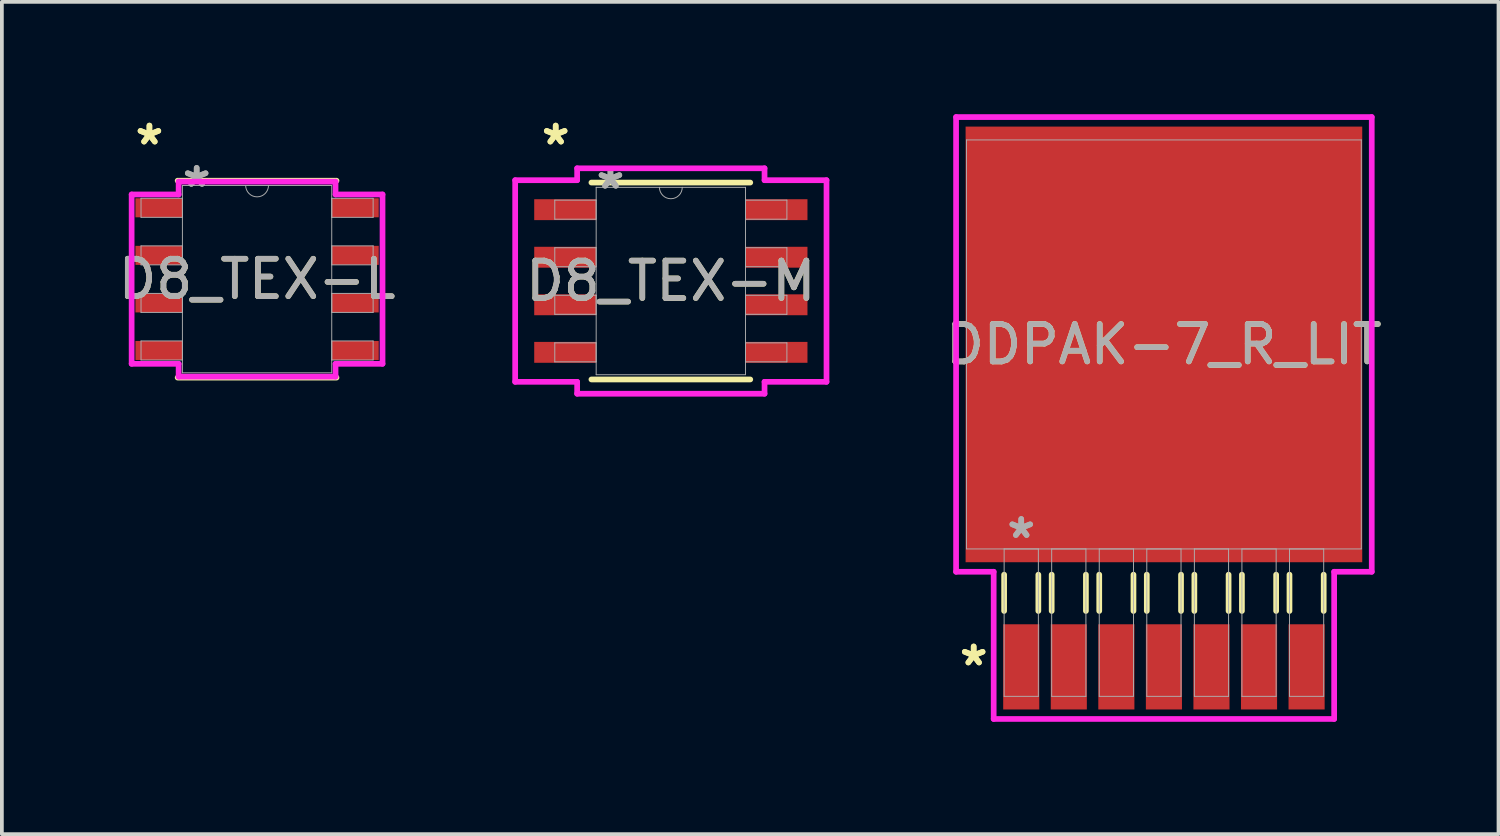
<source format=kicad_pcb>
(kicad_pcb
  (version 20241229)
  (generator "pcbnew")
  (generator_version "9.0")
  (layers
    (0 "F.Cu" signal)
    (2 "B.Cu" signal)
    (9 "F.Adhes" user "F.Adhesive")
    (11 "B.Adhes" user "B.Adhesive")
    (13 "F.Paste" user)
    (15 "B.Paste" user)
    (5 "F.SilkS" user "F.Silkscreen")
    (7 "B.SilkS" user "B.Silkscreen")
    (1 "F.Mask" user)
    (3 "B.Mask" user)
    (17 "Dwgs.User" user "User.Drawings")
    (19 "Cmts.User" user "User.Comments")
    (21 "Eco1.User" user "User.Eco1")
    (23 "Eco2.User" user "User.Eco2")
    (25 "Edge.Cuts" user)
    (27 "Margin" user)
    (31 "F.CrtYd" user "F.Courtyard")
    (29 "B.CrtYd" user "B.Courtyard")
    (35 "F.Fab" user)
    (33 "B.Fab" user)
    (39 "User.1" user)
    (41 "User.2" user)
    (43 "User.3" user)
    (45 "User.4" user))
  (footprint "DDPAK-7_R_LIT"
    (layer "F.Cu")
    (at 28.031 6.147)
    (property "Reference" "DDPAK-7_R_LIT" (at 0 0 0) (unlocked yes) (layer "F.SilkS") (effects (font (size 1 1) (thickness 0.15))))
    (attr smd)
    (fp_line (start -4.267 6.149) (end -4.267 7.118) (stroke (width 0.152) (type solid)) (layer "F.SilkS"))
    (fp_line (start -3.353 6.149) (end -3.353 7.118) (stroke (width 0.152) (type solid)) (layer "F.SilkS"))
    (fp_line (start -2.997 6.149) (end -2.997 7.118) (stroke (width 0.152) (type solid)) (layer "F.SilkS"))
    (fp_line (start -2.083 6.149) (end -2.083 7.118) (stroke (width 0.152) (type solid)) (layer "F.SilkS"))
    (fp_line (start -1.727 6.149) (end -1.727 7.118) (stroke (width 0.152) (type solid)) (layer "F.SilkS"))
    (fp_line (start -0.813 6.149) (end -0.813 7.118) (stroke (width 0.152) (type solid)) (layer "F.SilkS"))
    (fp_line (start -0.457 6.149) (end -0.457 7.118) (stroke (width 0.152) (type solid)) (layer "F.SilkS"))
    (fp_line (start 0.457 6.149) (end 0.457 7.118) (stroke (width 0.152) (type solid)) (layer "F.SilkS"))
    (fp_line (start 0.813 6.149) (end 0.813 7.118) (stroke (width 0.152) (type solid)) (layer "F.SilkS"))
    (fp_line (start 1.727 6.149) (end 1.727 7.118) (stroke (width 0.152) (type solid)) (layer "F.SilkS"))
    (fp_line (start 2.083 6.149) (end 2.083 7.118) (stroke (width 0.152) (type solid)) (layer "F.SilkS"))
    (fp_line (start 2.997 6.149) (end 2.997 7.118) (stroke (width 0.152) (type solid)) (layer "F.SilkS"))
    (fp_line (start 3.353 6.149) (end 3.353 7.118) (stroke (width 0.152) (type solid)) (layer "F.SilkS"))
    (fp_line (start 4.267 6.149) (end 4.267 7.118) (stroke (width 0.152) (type solid)) (layer "F.SilkS"))
    (fp_line (start -5.55 -6.071) (end 5.55 -6.071) (stroke (width 0.152) (type solid)) (layer "F.CrtYd"))
    (fp_line (start -5.55 6.071) (end -5.55 -6.071) (stroke (width 0.152) (type solid)) (layer "F.CrtYd"))
    (fp_line (start -4.546 6.071) (end -5.55 6.071) (stroke (width 0.152) (type solid)) (layer "F.CrtYd"))
    (fp_line (start -4.546 10.002) (end -4.546 6.071) (stroke (width 0.152) (type solid)) (layer "F.CrtYd"))
    (fp_line (start 4.546 6.071) (end 4.546 10.002) (stroke (width 0.152) (type solid)) (layer "F.CrtYd"))
    (fp_line (start 4.546 10.002) (end -4.546 10.002) (stroke (width 0.152) (type solid)) (layer "F.CrtYd"))
    (fp_line (start 5.55 -6.071) (end 5.55 6.071) (stroke (width 0.152) (type solid)) (layer "F.CrtYd"))
    (fp_line (start 5.55 6.071) (end 4.546 6.071) (stroke (width 0.152) (type solid)) (layer "F.CrtYd"))
    (fp_line (start -5.271 -5.461) (end -5.271 5.461) (stroke (width 0.025) (type solid)) (layer "F.Fab"))
    (fp_line (start -5.271 5.461) (end 5.271 5.461) (stroke (width 0.025) (type solid)) (layer "F.Fab"))
    (fp_line (start -4.267 5.461) (end -4.267 9.398) (stroke (width 0.025) (type solid)) (layer "F.Fab"))
    (fp_line (start -4.267 9.398) (end -3.353 9.398) (stroke (width 0.025) (type solid)) (layer "F.Fab"))
    (fp_line (start -3.353 5.461) (end -4.267 5.461) (stroke (width 0.025) (type solid)) (layer "F.Fab"))
    (fp_line (start -3.353 9.398) (end -3.353 5.461) (stroke (width 0.025) (type solid)) (layer "F.Fab"))
    (fp_line (start -2.997 5.461) (end -2.997 9.398) (stroke (width 0.025) (type solid)) (layer "F.Fab"))
    (fp_line (start -2.997 9.398) (end -2.083 9.398) (stroke (width 0.025) (type solid)) (layer "F.Fab"))
    (fp_line (start -2.083 5.461) (end -2.997 5.461) (stroke (width 0.025) (type solid)) (layer "F.Fab"))
    (fp_line (start -2.083 9.398) (end -2.083 5.461) (stroke (width 0.025) (type solid)) (layer "F.Fab"))
    (fp_line (start -1.727 5.461) (end -1.727 9.398) (stroke (width 0.025) (type solid)) (layer "F.Fab"))
    (fp_line (start -1.727 9.398) (end -0.813 9.398) (stroke (width 0.025) (type solid)) (layer "F.Fab"))
    (fp_line (start -0.813 5.461) (end -1.727 5.461) (stroke (width 0.025) (type solid)) (layer "F.Fab"))
    (fp_line (start -0.813 9.398) (end -0.813 5.461) (stroke (width 0.025) (type solid)) (layer "F.Fab"))
    (fp_line (start -0.457 5.461) (end -0.457 9.398) (stroke (width 0.025) (type solid)) (layer "F.Fab"))
    (fp_line (start -0.457 9.398) (end 0.457 9.398) (stroke (width 0.025) (type solid)) (layer "F.Fab"))
    (fp_line (start 0.457 5.461) (end -0.457 5.461) (stroke (width 0.025) (type solid)) (layer "F.Fab"))
    (fp_line (start 0.457 9.398) (end 0.457 5.461) (stroke (width 0.025) (type solid)) (layer "F.Fab"))
    (fp_line (start 0.813 5.461) (end 0.813 9.398) (stroke (width 0.025) (type solid)) (layer "F.Fab"))
    (fp_line (start 0.813 9.398) (end 1.727 9.398) (stroke (width 0.025) (type solid)) (layer "F.Fab"))
    (fp_line (start 1.727 5.461) (end 0.813 5.461) (stroke (width 0.025) (type solid)) (layer "F.Fab"))
    (fp_line (start 1.727 9.398) (end 1.727 5.461) (stroke (width 0.025) (type solid)) (layer "F.Fab"))
    (fp_line (start 2.083 5.461) (end 2.083 9.398) (stroke (width 0.025) (type solid)) (layer "F.Fab"))
    (fp_line (start 2.083 9.398) (end 2.997 9.398) (stroke (width 0.025) (type solid)) (layer "F.Fab"))
    (fp_line (start 2.997 5.461) (end 2.083 5.461) (stroke (width 0.025) (type solid)) (layer "F.Fab"))
    (fp_line (start 2.997 9.398) (end 2.997 5.461) (stroke (width 0.025) (type solid)) (layer "F.Fab"))
    (fp_line (start 3.353 5.461) (end 3.353 9.398) (stroke (width 0.025) (type solid)) (layer "F.Fab"))
    (fp_line (start 3.353 9.398) (end 4.267 9.398) (stroke (width 0.025) (type solid)) (layer "F.Fab"))
    (fp_line (start 4.267 5.461) (end 3.353 5.461) (stroke (width 0.025) (type solid)) (layer "F.Fab"))
    (fp_line (start 4.267 9.398) (end 4.267 5.461) (stroke (width 0.025) (type solid)) (layer "F.Fab"))
    (fp_line (start 5.271 -5.461) (end -5.271 -5.461) (stroke (width 0.025) (type solid)) (layer "F.Fab"))
    (fp_line (start 5.271 5.461) (end 5.271 -5.461) (stroke (width 0.025) (type solid)) (layer "F.Fab"))
    (fp_text user "*" (at -5.08 8.611 0) (layer "F.SilkS") (effects (font (size 1 1) (thickness 0.15))))
    (fp_text user "*" (at -5.08 8.611 0) (unlocked yes) (layer "F.SilkS") (effects (font (size 1 1) (thickness 0.15))))
    (fp_text user "${REFERENCE}" (at 0 0 0) (unlocked yes) (layer "F.Fab") (effects (font (size 1 1) (thickness 0.15))))
    (fp_text user "*" (at -3.81 5.207 0) (unlocked yes) (layer "F.Fab") (effects (font (size 1 1) (thickness 0.15))))
    (fp_text user "*" (at -3.81 5.207 0) (layer "F.Fab") (effects (font (size 1 1) (thickness 0.15))))
    (pad "1" smd rect (at -3.81 8.611) (size 0.964 2.275) (layers "F.Cu" "F.Mask" "F.Paste"))
    (pad "2" smd rect (at -2.54 8.611) (size 0.964 2.275) (layers "F.Cu" "F.Mask" "F.Paste"))
    (pad "3" smd rect (at -1.27 8.611) (size 0.964 2.275) (layers "F.Cu" "F.Mask" "F.Paste"))
    (pad "4" smd rect (at 0 8.611) (size 0.964 2.275) (layers "F.Cu" "F.Mask" "F.Paste"))
    (pad "5" smd rect (at 1.27 8.611) (size 0.964 2.275) (layers "F.Cu" "F.Mask" "F.Paste"))
    (pad "6" smd rect (at 2.54 8.611) (size 0.964 2.275) (layers "F.Cu" "F.Mask" "F.Paste"))
    (pad "7" smd rect (at 3.81 8.611) (size 0.964 2.275) (layers "F.Cu" "F.Mask" "F.Paste"))
    (pad "8" smd rect (at 0 0) (size 10.592 11.633) (layers "F.Cu" "F.Mask" "F.Paste")))
  (footprint "D8_TEX-L"
    (layer "F.Cu")
    (at 3.815 4.404)
    (property "Reference" "D8_TEX-L" (at 0 0 0) (unlocked yes) (layer "F.SilkS") (effects (font (size 1 1) (thickness 0.15))))
    (attr smd)
    (fp_line (start -2.121 2.629) (end 2.121 2.629) (stroke (width 0.152) (type solid)) (layer "F.SilkS"))
    (fp_line (start 2.121 -2.629) (end -2.121 -2.629) (stroke (width 0.152) (type solid)) (layer "F.SilkS"))
    (fp_line (start -3.35 -2.261) (end -2.095 -2.261) (stroke (width 0.152) (type solid)) (layer "F.CrtYd"))
    (fp_line (start -3.35 2.261) (end -3.35 -2.261) (stroke (width 0.152) (type solid)) (layer "F.CrtYd"))
    (fp_line (start -3.35 2.261) (end -2.095 2.261) (stroke (width 0.152) (type solid)) (layer "F.CrtYd"))
    (fp_line (start -2.095 -2.603) (end 2.095 -2.603) (stroke (width 0.152) (type solid)) (layer "F.CrtYd"))
    (fp_line (start -2.095 -2.261) (end -2.095 -2.603) (stroke (width 0.152) (type solid)) (layer "F.CrtYd"))
    (fp_line (start -2.095 2.603) (end -2.095 2.261) (stroke (width 0.152) (type solid)) (layer "F.CrtYd"))
    (fp_line (start 2.095 -2.603) (end 2.095 -2.261) (stroke (width 0.152) (type solid)) (layer "F.CrtYd"))
    (fp_line (start 2.095 2.261) (end 2.095 2.603) (stroke (width 0.152) (type solid)) (layer "F.CrtYd"))
    (fp_line (start 2.095 2.603) (end -2.095 2.603) (stroke (width 0.152) (type solid)) (layer "F.CrtYd"))
    (fp_line (start 3.35 -2.261) (end 2.095 -2.261) (stroke (width 0.152) (type solid)) (layer "F.CrtYd"))
    (fp_line (start 3.35 -2.261) (end 3.35 2.261) (stroke (width 0.152) (type solid)) (layer "F.CrtYd"))
    (fp_line (start 3.35 2.261) (end 2.095 2.261) (stroke (width 0.152) (type solid)) (layer "F.CrtYd"))
    (fp_line (start -3.099 -2.159) (end -3.099 -1.651) (stroke (width 0.025) (type solid)) (layer "F.Fab"))
    (fp_line (start -3.099 -1.651) (end -1.994 -1.651) (stroke (width 0.025) (type solid)) (layer "F.Fab"))
    (fp_line (start -3.099 -0.889) (end -3.099 -0.381) (stroke (width 0.025) (type solid)) (layer "F.Fab"))
    (fp_line (start -3.099 -0.381) (end -1.994 -0.381) (stroke (width 0.025) (type solid)) (layer "F.Fab"))
    (fp_line (start -3.099 0.381) (end -3.099 0.889) (stroke (width 0.025) (type solid)) (layer "F.Fab"))
    (fp_line (start -3.099 0.889) (end -1.994 0.889) (stroke (width 0.025) (type solid)) (layer "F.Fab"))
    (fp_line (start -3.099 1.651) (end -3.099 2.159) (stroke (width 0.025) (type solid)) (layer "F.Fab"))
    (fp_line (start -3.099 2.159) (end -1.994 2.159) (stroke (width 0.025) (type solid)) (layer "F.Fab"))
    (fp_line (start -1.994 -2.502) (end -1.994 2.502) (stroke (width 0.025) (type solid)) (layer "F.Fab"))
    (fp_line (start -1.994 -2.159) (end -3.099 -2.159) (stroke (width 0.025) (type solid)) (layer "F.Fab"))
    (fp_line (start -1.994 -1.651) (end -1.994 -2.159) (stroke (width 0.025) (type solid)) (layer "F.Fab"))
    (fp_line (start -1.994 -0.889) (end -3.099 -0.889) (stroke (width 0.025) (type solid)) (layer "F.Fab"))
    (fp_line (start -1.994 -0.381) (end -1.994 -0.889) (stroke (width 0.025) (type solid)) (layer "F.Fab"))
    (fp_line (start -1.994 0.381) (end -3.099 0.381) (stroke (width 0.025) (type solid)) (layer "F.Fab"))
    (fp_line (start -1.994 0.889) (end -1.994 0.381) (stroke (width 0.025) (type solid)) (layer "F.Fab"))
    (fp_line (start -1.994 1.651) (end -3.099 1.651) (stroke (width 0.025) (type solid)) (layer "F.Fab"))
    (fp_line (start -1.994 2.159) (end -1.994 1.651) (stroke (width 0.025) (type solid)) (layer "F.Fab"))
    (fp_line (start -1.994 2.502) (end 1.994 2.502) (stroke (width 0.025) (type solid)) (layer "F.Fab"))
    (fp_line (start 1.994 -2.502) (end -1.994 -2.502) (stroke (width 0.025) (type solid)) (layer "F.Fab"))
    (fp_line (start 1.994 -2.159) (end 1.994 -1.651) (stroke (width 0.025) (type solid)) (layer "F.Fab"))
    (fp_line (start 1.994 -1.651) (end 3.099 -1.651) (stroke (width 0.025) (type solid)) (layer "F.Fab"))
    (fp_line (start 1.994 -0.889) (end 1.994 -0.381) (stroke (width 0.025) (type solid)) (layer "F.Fab"))
    (fp_line (start 1.994 -0.381) (end 3.099 -0.381) (stroke (width 0.025) (type solid)) (layer "F.Fab"))
    (fp_line (start 1.994 0.381) (end 1.994 0.889) (stroke (width 0.025) (type solid)) (layer "F.Fab"))
    (fp_line (start 1.994 0.889) (end 3.099 0.889) (stroke (width 0.025) (type solid)) (layer "F.Fab"))
    (fp_line (start 1.994 1.651) (end 1.994 2.159) (stroke (width 0.025) (type solid)) (layer "F.Fab"))
    (fp_line (start 1.994 2.159) (end 3.099 2.159) (stroke (width 0.025) (type solid)) (layer "F.Fab"))
    (fp_line (start 1.994 2.502) (end 1.994 -2.502) (stroke (width 0.025) (type solid)) (layer "F.Fab"))
    (fp_line (start 3.099 -2.159) (end 1.994 -2.159) (stroke (width 0.025) (type solid)) (layer "F.Fab"))
    (fp_line (start 3.099 -1.651) (end 3.099 -2.159) (stroke (width 0.025) (type solid)) (layer "F.Fab"))
    (fp_line (start 3.099 -0.889) (end 1.994 -0.889) (stroke (width 0.025) (type solid)) (layer "F.Fab"))
    (fp_line (start 3.099 -0.381) (end 3.099 -0.889) (stroke (width 0.025) (type solid)) (layer "F.Fab"))
    (fp_line (start 3.099 0.381) (end 1.994 0.381) (stroke (width 0.025) (type solid)) (layer "F.Fab"))
    (fp_line (start 3.099 0.889) (end 3.099 0.381) (stroke (width 0.025) (type solid)) (layer "F.Fab"))
    (fp_line (start 3.099 1.651) (end 1.994 1.651) (stroke (width 0.025) (type solid)) (layer "F.Fab"))
    (fp_line (start 3.099 2.159) (end 3.099 1.651) (stroke (width 0.025) (type solid)) (layer "F.Fab"))
    (fp_arc (start 0.3048 -2.5019) (mid 0 -2.1971) (end -0.3048 -2.5019) (stroke (width 0.0254) (type solid)) (layer "F.Fab"))
    (fp_text user "*" (at -2.875 -3.556 0) (unlocked yes) (layer "F.SilkS") (effects (font (size 1 1) (thickness 0.15))))
    (fp_text user "*" (at -2.875 -3.556 0) (layer "F.SilkS") (effects (font (size 1 1) (thickness 0.15))))
    (fp_text user "*" (at -1.613 -2.426 0) (unlocked yes) (layer "F.Fab") (effects (font (size 1 1) (thickness 0.15))))
    (fp_text user "*" (at -1.613 -2.426 0) (layer "F.Fab") (effects (font (size 1 1) (thickness 0.15))))
    (fp_text user "${REFERENCE}" (at 0 0 0) (unlocked yes) (layer "F.Fab") (effects (font (size 1 1) (thickness 0.15))))
    (pad "1" smd rect (at -2.621 -1.905) (size 1.255 0.508) (layers "F.Cu" "F.Mask" "F.Paste"))
    (pad "2" smd rect (at -2.621 -0.635) (size 1.255 0.508) (layers "F.Cu" "F.Mask" "F.Paste"))
    (pad "3" smd rect (at -2.621 0.635) (size 1.255 0.508) (layers "F.Cu" "F.Mask" "F.Paste"))
    (pad "4" smd rect (at -2.621 1.905) (size 1.255 0.508) (layers "F.Cu" "F.Mask" "F.Paste"))
    (pad "5" smd rect (at 2.621 1.905) (size 1.255 0.508) (layers "F.Cu" "F.Mask" "F.Paste"))
    (pad "6" smd rect (at 2.621 0.635) (size 1.255 0.508) (layers "F.Cu" "F.Mask" "F.Paste"))
    (pad "7" smd rect (at 2.621 -0.635) (size 1.255 0.508) (layers "F.Cu" "F.Mask" "F.Paste"))
    (pad "8" smd rect (at 2.621 -1.905) (size 1.255 0.508) (layers "F.Cu" "F.Mask" "F.Paste")))
  (footprint "D8_TEX-M"
    (layer "F.Cu")
    (at 14.864 4.454)
    (property "Reference" "D8_TEX-M" (at 0 0 0) (unlocked yes) (layer "F.SilkS") (effects (font (size 1 1) (thickness 0.15))))
    (attr smd)
    (fp_line (start -2.121 2.629) (end 2.121 2.629) (stroke (width 0.152) (type solid)) (layer "F.SilkS"))
    (fp_line (start 2.121 -2.629) (end -2.121 -2.629) (stroke (width 0.152) (type solid)) (layer "F.SilkS"))
    (fp_line (start -4.157 -2.692) (end -2.502 -2.692) (stroke (width 0.152) (type solid)) (layer "F.CrtYd"))
    (fp_line (start -4.157 2.692) (end -4.157 -2.692) (stroke (width 0.152) (type solid)) (layer "F.CrtYd"))
    (fp_line (start -4.157 2.692) (end -2.502 2.692) (stroke (width 0.152) (type solid)) (layer "F.CrtYd"))
    (fp_line (start -2.502 -3.01) (end 2.502 -3.01) (stroke (width 0.152) (type solid)) (layer "F.CrtYd"))
    (fp_line (start -2.502 -2.692) (end -2.502 -3.01) (stroke (width 0.152) (type solid)) (layer "F.CrtYd"))
    (fp_line (start -2.502 3.01) (end -2.502 2.692) (stroke (width 0.152) (type solid)) (layer "F.CrtYd"))
    (fp_line (start 2.502 -3.01) (end 2.502 -2.692) (stroke (width 0.152) (type solid)) (layer "F.CrtYd"))
    (fp_line (start 2.502 2.692) (end 2.502 3.01) (stroke (width 0.152) (type solid)) (layer "F.CrtYd"))
    (fp_line (start 2.502 3.01) (end -2.502 3.01) (stroke (width 0.152) (type solid)) (layer "F.CrtYd"))
    (fp_line (start 4.157 -2.692) (end 2.502 -2.692) (stroke (width 0.152) (type solid)) (layer "F.CrtYd"))
    (fp_line (start 4.157 -2.692) (end 4.157 2.692) (stroke (width 0.152) (type solid)) (layer "F.CrtYd"))
    (fp_line (start 4.157 2.692) (end 2.502 2.692) (stroke (width 0.152) (type solid)) (layer "F.CrtYd"))
    (fp_line (start -3.099 -2.159) (end -3.099 -1.651) (stroke (width 0.025) (type solid)) (layer "F.Fab"))
    (fp_line (start -3.099 -1.651) (end -1.994 -1.651) (stroke (width 0.025) (type solid)) (layer "F.Fab"))
    (fp_line (start -3.099 -0.889) (end -3.099 -0.381) (stroke (width 0.025) (type solid)) (layer "F.Fab"))
    (fp_line (start -3.099 -0.381) (end -1.994 -0.381) (stroke (width 0.025) (type solid)) (layer "F.Fab"))
    (fp_line (start -3.099 0.381) (end -3.099 0.889) (stroke (width 0.025) (type solid)) (layer "F.Fab"))
    (fp_line (start -3.099 0.889) (end -1.994 0.889) (stroke (width 0.025) (type solid)) (layer "F.Fab"))
    (fp_line (start -3.099 1.651) (end -3.099 2.159) (stroke (width 0.025) (type solid)) (layer "F.Fab"))
    (fp_line (start -3.099 2.159) (end -1.994 2.159) (stroke (width 0.025) (type solid)) (layer "F.Fab"))
    (fp_line (start -1.994 -2.502) (end -1.994 2.502) (stroke (width 0.025) (type solid)) (layer "F.Fab"))
    (fp_line (start -1.994 -2.159) (end -3.099 -2.159) (stroke (width 0.025) (type solid)) (layer "F.Fab"))
    (fp_line (start -1.994 -1.651) (end -1.994 -2.159) (stroke (width 0.025) (type solid)) (layer "F.Fab"))
    (fp_line (start -1.994 -0.889) (end -3.099 -0.889) (stroke (width 0.025) (type solid)) (layer "F.Fab"))
    (fp_line (start -1.994 -0.381) (end -1.994 -0.889) (stroke (width 0.025) (type solid)) (layer "F.Fab"))
    (fp_line (start -1.994 0.381) (end -3.099 0.381) (stroke (width 0.025) (type solid)) (layer "F.Fab"))
    (fp_line (start -1.994 0.889) (end -1.994 0.381) (stroke (width 0.025) (type solid)) (layer "F.Fab"))
    (fp_line (start -1.994 1.651) (end -3.099 1.651) (stroke (width 0.025) (type solid)) (layer "F.Fab"))
    (fp_line (start -1.994 2.159) (end -1.994 1.651) (stroke (width 0.025) (type solid)) (layer "F.Fab"))
    (fp_line (start -1.994 2.502) (end 1.994 2.502) (stroke (width 0.025) (type solid)) (layer "F.Fab"))
    (fp_line (start 1.994 -2.502) (end -1.994 -2.502) (stroke (width 0.025) (type solid)) (layer "F.Fab"))
    (fp_line (start 1.994 -2.159) (end 1.994 -1.651) (stroke (width 0.025) (type solid)) (layer "F.Fab"))
    (fp_line (start 1.994 -1.651) (end 3.099 -1.651) (stroke (width 0.025) (type solid)) (layer "F.Fab"))
    (fp_line (start 1.994 -0.889) (end 1.994 -0.381) (stroke (width 0.025) (type solid)) (layer "F.Fab"))
    (fp_line (start 1.994 -0.381) (end 3.099 -0.381) (stroke (width 0.025) (type solid)) (layer "F.Fab"))
    (fp_line (start 1.994 0.381) (end 1.994 0.889) (stroke (width 0.025) (type solid)) (layer "F.Fab"))
    (fp_line (start 1.994 0.889) (end 3.099 0.889) (stroke (width 0.025) (type solid)) (layer "F.Fab"))
    (fp_line (start 1.994 1.651) (end 1.994 2.159) (stroke (width 0.025) (type solid)) (layer "F.Fab"))
    (fp_line (start 1.994 2.159) (end 3.099 2.159) (stroke (width 0.025) (type solid)) (layer "F.Fab"))
    (fp_line (start 1.994 2.502) (end 1.994 -2.502) (stroke (width 0.025) (type solid)) (layer "F.Fab"))
    (fp_line (start 3.099 -2.159) (end 1.994 -2.159) (stroke (width 0.025) (type solid)) (layer "F.Fab"))
    (fp_line (start 3.099 -1.651) (end 3.099 -2.159) (stroke (width 0.025) (type solid)) (layer "F.Fab"))
    (fp_line (start 3.099 -0.889) (end 1.994 -0.889) (stroke (width 0.025) (type solid)) (layer "F.Fab"))
    (fp_line (start 3.099 -0.381) (end 3.099 -0.889) (stroke (width 0.025) (type solid)) (layer "F.Fab"))
    (fp_line (start 3.099 0.381) (end 1.994 0.381) (stroke (width 0.025) (type solid)) (layer "F.Fab"))
    (fp_line (start 3.099 0.889) (end 3.099 0.381) (stroke (width 0.025) (type solid)) (layer "F.Fab"))
    (fp_line (start 3.099 1.651) (end 1.994 1.651) (stroke (width 0.025) (type solid)) (layer "F.Fab"))
    (fp_line (start 3.099 2.159) (end 3.099 1.651) (stroke (width 0.025) (type solid)) (layer "F.Fab"))
    (fp_arc (start 0.3048 -2.5019) (mid 0 -2.1971) (end -0.3048 -2.5019) (stroke (width 0.0254) (type solid)) (layer "F.Fab"))
    (fp_text user "*" (at -3.075 -3.606 0) (unlocked yes) (layer "F.SilkS") (effects (font (size 1 1) (thickness 0.15))))
    (fp_text user "*" (at -3.075 -3.606 0) (layer "F.SilkS") (effects (font (size 1 1) (thickness 0.15))))
    (fp_text user "*" (at -1.613 -2.426 0) (layer "F.Fab") (effects (font (size 1 1) (thickness 0.15))))
    (fp_text user "${REFERENCE}" (at 0 0 0) (unlocked yes) (layer "F.Fab") (effects (font (size 1 1) (thickness 0.15))))
    (fp_text user "*" (at -1.613 -2.426 0) (unlocked yes) (layer "F.Fab") (effects (font (size 1 1) (thickness 0.15))))
    (pad "1" smd rect (at -2.821 -1.905) (size 1.655 0.558) (layers "F.Cu" "F.Mask" "F.Paste"))
    (pad "2" smd rect (at -2.821 -0.635) (size 1.655 0.558) (layers "F.Cu" "F.Mask" "F.Paste"))
    (pad "3" smd rect (at -2.821 0.635) (size 1.655 0.558) (layers "F.Cu" "F.Mask" "F.Paste"))
    (pad "4" smd rect (at -2.821 1.905) (size 1.655 0.558) (layers "F.Cu" "F.Mask" "F.Paste"))
    (pad "5" smd rect (at 2.821 1.905) (size 1.655 0.558) (layers "F.Cu" "F.Mask" "F.Paste"))
    (pad "6" smd rect (at 2.821 0.635) (size 1.655 0.558) (layers "F.Cu" "F.Mask" "F.Paste"))
    (pad "7" smd rect (at 2.821 -0.635) (size 1.655 0.558) (layers "F.Cu" "F.Mask" "F.Paste"))
    (pad "8" smd rect (at 2.821 -1.905) (size 1.655 0.558) (layers "F.Cu" "F.Mask" "F.Paste")))
  (gr_rect
    (start -3 -3)
    (end 36.966 19.225)
    (stroke (width 0.1) (type default))
    (fill no)
    (layer "Edge.Cuts")))
</source>
